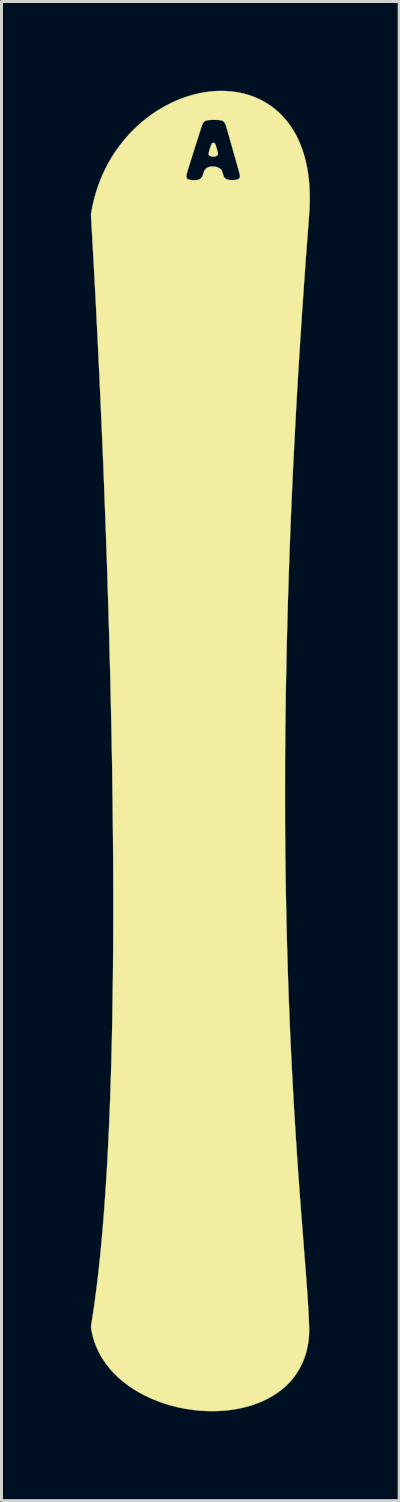
<source format=kicad_pcb>
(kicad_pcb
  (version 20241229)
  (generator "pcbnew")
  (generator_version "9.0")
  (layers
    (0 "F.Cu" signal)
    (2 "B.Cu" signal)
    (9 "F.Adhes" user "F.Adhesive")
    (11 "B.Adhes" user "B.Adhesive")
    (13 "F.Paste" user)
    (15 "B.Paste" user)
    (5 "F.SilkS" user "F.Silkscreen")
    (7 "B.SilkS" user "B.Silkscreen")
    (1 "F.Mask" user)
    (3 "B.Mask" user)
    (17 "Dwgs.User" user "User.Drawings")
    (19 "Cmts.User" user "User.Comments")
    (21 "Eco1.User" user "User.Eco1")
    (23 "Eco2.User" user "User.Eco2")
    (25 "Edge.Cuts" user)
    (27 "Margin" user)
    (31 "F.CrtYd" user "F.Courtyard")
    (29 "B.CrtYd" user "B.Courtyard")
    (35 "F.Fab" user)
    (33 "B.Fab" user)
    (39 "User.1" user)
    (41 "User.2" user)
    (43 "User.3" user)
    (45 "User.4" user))
  (footprint "ski_a"
    (layer "F.Cu")
    (at 3.681 22.178)
    (property "Reference" "ski_a" (at 0 0 0) (layer "F.SilkS") (effects (font (size 1.524 1.524) (thickness 0.3))))
    (attr through_hole)
    (fp_poly (pts (xy 0.456 -20.427) (xy 0.47 -20.423) (xy 0.482 -20.414) (xy 0.492 -20.402) (xy 0.493 -20.401) (xy 0.498 -20.39) (xy 0.505 -20.372) (xy 0.513 -20.349) (xy 0.522 -20.321) (xy 0.532 -20.29) (xy 0.542 -20.257) (xy 0.553 -20.223) (xy 0.562 -20.19) (xy 0.571 -20.158) (xy 0.579 -20.129) (xy 0.586 -20.104) (xy 0.59 -20.084) (xy 0.592 -20.07) (xy 0.593 -20.067) (xy 0.589 -20.042) (xy 0.577 -20.021) (xy 0.559 -20.002) (xy 0.535 -19.986) (xy 0.505 -19.976) (xy 0.493 -19.973) (xy 0.472 -19.971) (xy 0.446 -19.969) (xy 0.419 -19.969) (xy 0.393 -19.97) (xy 0.371 -19.973) (xy 0.361 -19.975) (xy 0.33 -19.986) (xy 0.306 -20) (xy 0.29 -20.017) (xy 0.285 -20.025) (xy 0.281 -20.04) (xy 0.28 -20.062) (xy 0.282 -20.088) (xy 0.287 -20.117) (xy 0.29 -20.132) (xy 0.295 -20.15) (xy 0.302 -20.172) (xy 0.31 -20.198) (xy 0.319 -20.227) (xy 0.329 -20.257) (xy 0.34 -20.288) (xy 0.35 -20.317) (xy 0.359 -20.345) (xy 0.368 -20.369) (xy 0.375 -20.388) (xy 0.381 -20.402) (xy 0.384 -20.409) (xy 0.397 -20.42) (xy 0.415 -20.427) (xy 0.436 -20.429) (xy 0.456 -20.427)) (stroke (width 0.01) (type solid)) (fill yes) (layer "F.SilkS"))
    (fp_poly (pts (xy 0.837 -22.171) (xy 1 -22.16) (xy 1.011 -22.159) (xy 1.168 -22.14) (xy 1.322 -22.114) (xy 1.473 -22.08) (xy 1.619 -22.038) (xy 1.761 -21.989) (xy 1.9 -21.933) (xy 2.034 -21.87) (xy 2.164 -21.8) (xy 2.289 -21.722) (xy 2.41 -21.638) (xy 2.526 -21.547) (xy 2.637 -21.45) (xy 2.743 -21.345) (xy 2.843 -21.235) (xy 2.939 -21.118) (xy 3.029 -20.995) (xy 3.114 -20.865) (xy 3.193 -20.73) (xy 3.266 -20.588) (xy 3.333 -20.441) (xy 3.335 -20.436) (xy 3.398 -20.277) (xy 3.455 -20.112) (xy 3.506 -19.942) (xy 3.549 -19.767) (xy 3.587 -19.587) (xy 3.617 -19.401) (xy 3.641 -19.211) (xy 3.659 -19.015) (xy 3.67 -18.814) (xy 3.674 -18.609) (xy 3.673 -18.476) (xy 3.673 -18.445) (xy 3.672 -18.416) (xy 3.671 -18.387) (xy 3.671 -18.359) (xy 3.67 -18.332) (xy 3.669 -18.303) (xy 3.668 -18.274) (xy 3.666 -18.243) (xy 3.664 -18.211) (xy 3.662 -18.176) (xy 3.66 -18.138) (xy 3.657 -18.096) (xy 3.654 -18.051) (xy 3.651 -18.001) (xy 3.647 -17.946) (xy 3.642 -17.885) (xy 3.637 -17.819) (xy 3.632 -17.746) (xy 3.626 -17.666) (xy 3.619 -17.579) (xy 3.613 -17.498) (xy 3.543 -16.56) (xy 3.476 -15.629) (xy 3.413 -14.706) (xy 3.353 -13.789) (xy 3.296 -12.879) (xy 3.243 -11.976) (xy 3.193 -11.079) (xy 3.147 -10.189) (xy 3.103 -9.304) (xy 3.063 -8.425) (xy 3.027 -7.551) (xy 2.994 -6.683) (xy 2.964 -5.82) (xy 2.937 -4.961) (xy 2.914 -4.107) (xy 2.894 -3.257) (xy 2.877 -2.412) (xy 2.863 -1.57) (xy 2.858 -1.162) (xy 2.856 -1.033) (xy 2.855 -0.908) (xy 2.853 -0.788) (xy 2.852 -0.672) (xy 2.851 -0.558) (xy 2.85 -0.447) (xy 2.849 -0.337) (xy 2.848 -0.229) (xy 2.847 -0.12) (xy 2.846 -0.011) (xy 2.846 0.099) (xy 2.845 0.21) (xy 2.845 0.324) (xy 2.844 0.442) (xy 2.844 0.563) (xy 2.844 0.688) (xy 2.844 0.819) (xy 2.843 0.955) (xy 2.843 1.098) (xy 2.843 1.249) (xy 2.843 1.395) (xy 2.843 1.55) (xy 2.843 1.697) (xy 2.843 1.837) (xy 2.844 1.97) (xy 2.844 2.098) (xy 2.844 2.22) (xy 2.844 2.338) (xy 2.845 2.451) (xy 2.845 2.562) (xy 2.846 2.67) (xy 2.846 2.776) (xy 2.847 2.881) (xy 2.848 2.985) (xy 2.849 3.089) (xy 2.849 3.193) (xy 2.851 3.299) (xy 2.852 3.407) (xy 2.853 3.518) (xy 2.854 3.632) (xy 2.856 3.749) (xy 2.857 3.871) (xy 2.858 3.903) (xy 2.872 4.818) (xy 2.89 5.727) (xy 2.913 6.631) (xy 2.94 7.53) (xy 2.972 8.427) (xy 3.008 9.321) (xy 3.049 10.214) (xy 3.095 11.107) (xy 3.145 12.002) (xy 3.2 12.898) (xy 3.259 13.797) (xy 3.281 14.105) (xy 3.285 14.17) (xy 3.29 14.233) (xy 3.294 14.295) (xy 3.299 14.356) (xy 3.303 14.417) (xy 3.307 14.477) (xy 3.312 14.538) (xy 3.316 14.598) (xy 3.321 14.66) (xy 3.325 14.722) (xy 3.33 14.786) (xy 3.335 14.851) (xy 3.34 14.918) (xy 3.345 14.988) (xy 3.35 15.06) (xy 3.356 15.135) (xy 3.362 15.213) (xy 3.368 15.294) (xy 3.375 15.38) (xy 3.381 15.469) (xy 3.389 15.563) (xy 3.396 15.662) (xy 3.404 15.765) (xy 3.413 15.874) (xy 3.422 15.989) (xy 3.431 16.11) (xy 3.441 16.237) (xy 3.451 16.371) (xy 3.462 16.511) (xy 3.473 16.659) (xy 3.485 16.814) (xy 3.498 16.978) (xy 3.509 17.12) (xy 3.521 17.27) (xy 3.532 17.413) (xy 3.542 17.548) (xy 3.552 17.676) (xy 3.561 17.797) (xy 3.569 17.911) (xy 3.577 18.02) (xy 3.585 18.123) (xy 3.591 18.221) (xy 3.598 18.314) (xy 3.604 18.403) (xy 3.609 18.487) (xy 3.614 18.569) (xy 3.619 18.647) (xy 3.623 18.722) (xy 3.628 18.795) (xy 3.631 18.866) (xy 3.635 18.936) (xy 3.638 19.004) (xy 3.641 19.072) (xy 3.644 19.14) (xy 3.645 19.16) (xy 3.648 19.234) (xy 3.65 19.301) (xy 3.652 19.361) (xy 3.652 19.416) (xy 3.653 19.466) (xy 3.652 19.513) (xy 3.651 19.558) (xy 3.649 19.601) (xy 3.647 19.644) (xy 3.643 19.688) (xy 3.641 19.719) (xy 3.623 19.868) (xy 3.598 20.014) (xy 3.566 20.156) (xy 3.526 20.294) (xy 3.479 20.429) (xy 3.425 20.56) (xy 3.363 20.686) (xy 3.295 20.808) (xy 3.219 20.926) (xy 3.212 20.936) (xy 3.128 21.049) (xy 3.038 21.158) (xy 2.94 21.261) (xy 2.836 21.36) (xy 2.726 21.453) (xy 2.609 21.542) (xy 2.486 21.625) (xy 2.358 21.702) (xy 2.223 21.774) (xy 2.083 21.841) (xy 1.938 21.901) (xy 1.787 21.956) (xy 1.631 22.005) (xy 1.47 22.048) (xy 1.403 22.064) (xy 1.233 22.099) (xy 1.059 22.127) (xy 0.881 22.149) (xy 0.7 22.164) (xy 0.517 22.172) (xy 0.333 22.173) (xy 0.237 22.171) (xy 0.045 22.162) (xy -0.145 22.145) (xy -0.335 22.121) (xy -0.523 22.091) (xy -0.709 22.054) (xy -0.893 22.01) (xy -1.074 21.96) (xy -1.252 21.904) (xy -1.426 21.842) (xy -1.596 21.773) (xy -1.762 21.699) (xy -1.924 21.619) (xy -2.081 21.534) (xy -2.232 21.443) (xy -2.377 21.346) (xy -2.516 21.245) (xy -2.631 21.153) (xy -2.69 21.104) (xy -2.743 21.057) (xy -2.793 21.011) (xy -2.841 20.964) (xy -2.89 20.915) (xy -2.94 20.862) (xy -2.944 20.858) (xy -3.05 20.738) (xy -3.147 20.615) (xy -3.237 20.489) (xy -3.319 20.361) (xy -3.393 20.229) (xy -3.459 20.095) (xy -3.517 19.957) (xy -3.568 19.817) (xy -3.61 19.674) (xy -3.644 19.528) (xy -3.662 19.433) (xy -3.666 19.408) (xy -3.669 19.384) (xy -3.672 19.364) (xy -3.674 19.35) (xy -3.675 19.342) (xy -3.674 19.335) (xy -3.672 19.321) (xy -3.669 19.3) (xy -3.665 19.273) (xy -3.66 19.241) (xy -3.655 19.206) (xy -3.649 19.168) (xy -3.643 19.131) (xy -3.602 18.87) (xy -3.563 18.601) (xy -3.525 18.324) (xy -3.488 18.038) (xy -3.452 17.744) (xy -3.417 17.441) (xy -3.384 17.13) (xy -3.351 16.811) (xy -3.32 16.484) (xy -3.29 16.148) (xy -3.262 15.803) (xy -3.234 15.451) (xy -3.208 15.09) (xy -3.182 14.721) (xy -3.158 14.343) (xy -3.135 13.957) (xy -3.114 13.563) (xy -3.093 13.16) (xy -3.074 12.749) (xy -3.055 12.33) (xy -3.038 11.902) (xy -3.023 11.466) (xy -3.008 11.022) (xy -2.995 10.57) (xy -2.982 10.109) (xy -2.971 9.64) (xy -2.961 9.163) (xy -2.953 8.677) (xy -2.945 8.183) (xy -2.94 7.808) (xy -2.936 7.48) (xy -2.933 7.143) (xy -2.931 6.8) (xy -2.929 6.449) (xy -2.927 6.093) (xy -2.926 5.731) (xy -2.926 5.364) (xy -2.926 4.993) (xy -2.926 4.619) (xy -2.927 4.241) (xy -2.929 3.861) (xy -2.931 3.479) (xy -2.933 3.096) (xy -2.937 2.712) (xy -2.94 2.329) (xy -2.944 1.946) (xy -2.949 1.563) (xy -2.951 1.446) (xy -2.959 0.867) (xy -2.968 0.28) (xy -2.979 -0.315) (xy -2.991 -0.917) (xy -3.004 -1.526) (xy -3.018 -2.141) (xy -3.033 -2.762) (xy -3.05 -3.389) (xy -3.067 -4.021) (xy -3.086 -4.658) (xy -3.106 -5.3) (xy -3.126 -5.946) (xy -3.148 -6.595) (xy -3.171 -7.248) (xy -3.195 -7.904) (xy -3.22 -8.562) (xy -3.245 -9.223) (xy -3.272 -9.885) (xy -3.3 -10.549) (xy -3.329 -11.214) (xy -3.359 -11.879) (xy -3.389 -12.545) (xy -3.421 -13.211) (xy -3.453 -13.876) (xy -3.486 -14.54) (xy -3.52 -15.203) (xy -3.555 -15.864) (xy -3.591 -16.524) (xy -3.628 -17.18) (xy -3.643 -17.452) (xy -3.676 -18.015) (xy -3.664 -18.087) (xy -3.645 -18.195) (xy -3.623 -18.308) (xy -3.597 -18.424) (xy -3.568 -18.542) (xy -3.537 -18.659) (xy -3.504 -18.773) (xy -3.492 -18.812) (xy -3.427 -19.005) (xy -3.356 -19.195) (xy -3.314 -19.293) (xy -0.473 -19.293) (xy -0.472 -19.272) (xy -0.467 -19.255) (xy -0.46 -19.243) (xy -0.442 -19.223) (xy -0.42 -19.208) (xy -0.393 -19.195) (xy -0.36 -19.186) (xy -0.322 -19.179) (xy -0.276 -19.176) (xy -0.224 -19.174) (xy -0.201 -19.175) (xy -0.16 -19.176) (xy -0.126 -19.179) (xy -0.1 -19.182) (xy -0.093 -19.183) (xy -0.051 -19.196) (xy -0.013 -19.215) (xy 0.02 -19.239) (xy 0.046 -19.267) (xy 0.066 -19.299) (xy 0.067 -19.3) (xy 0.073 -19.314) (xy 0.08 -19.334) (xy 0.088 -19.357) (xy 0.096 -19.382) (xy 0.099 -19.393) (xy 0.11 -19.426) (xy 0.119 -19.453) (xy 0.127 -19.475) (xy 0.136 -19.494) (xy 0.145 -19.51) (xy 0.156 -19.527) (xy 0.159 -19.531) (xy 0.186 -19.561) (xy 0.219 -19.587) (xy 0.258 -19.607) (xy 0.305 -19.622) (xy 0.33 -19.628) (xy 0.362 -19.632) (xy 0.399 -19.634) (xy 0.439 -19.633) (xy 0.479 -19.63) (xy 0.515 -19.624) (xy 0.531 -19.62) (xy 0.58 -19.604) (xy 0.623 -19.584) (xy 0.66 -19.56) (xy 0.681 -19.542) (xy 0.695 -19.527) (xy 0.708 -19.513) (xy 0.716 -19.5) (xy 0.719 -19.497) (xy 0.722 -19.487) (xy 0.728 -19.471) (xy 0.735 -19.451) (xy 0.743 -19.426) (xy 0.751 -19.401) (xy 0.752 -19.399) (xy 0.76 -19.372) (xy 0.769 -19.346) (xy 0.777 -19.323) (xy 0.784 -19.304) (xy 0.789 -19.292) (xy 0.809 -19.26) (xy 0.836 -19.232) (xy 0.87 -19.21) (xy 0.903 -19.195) (xy 0.92 -19.191) (xy 0.942 -19.187) (xy 0.97 -19.184) (xy 1.002 -19.181) (xy 1.035 -19.179) (xy 1.068 -19.177) (xy 1.091 -19.177) (xy 1.146 -19.179) (xy 1.194 -19.184) (xy 1.235 -19.193) (xy 1.268 -19.206) (xy 1.294 -19.223) (xy 1.313 -19.243) (xy 1.319 -19.253) (xy 1.325 -19.264) (xy 1.328 -19.276) (xy 1.329 -19.291) (xy 1.329 -19.308) (xy 1.329 -19.329) (xy 1.327 -19.35) (xy 1.325 -19.368) (xy 1.325 -19.37) (xy 1.323 -19.377) (xy 1.319 -19.392) (xy 1.313 -19.413) (xy 1.305 -19.442) (xy 1.296 -19.477) (xy 1.284 -19.517) (xy 1.272 -19.563) (xy 1.257 -19.613) (xy 1.242 -19.668) (xy 1.226 -19.726) (xy 1.208 -19.788) (xy 1.19 -19.853) (xy 1.171 -19.92) (xy 1.152 -19.989) (xy 1.132 -20.059) (xy 1.111 -20.13) (xy 1.091 -20.202) (xy 1.071 -20.274) (xy 1.051 -20.345) (xy 1.031 -20.415) (xy 1.011 -20.483) (xy 0.992 -20.549) (xy 0.974 -20.613) (xy 0.957 -20.674) (xy 0.94 -20.732) (xy 0.925 -20.786) (xy 0.911 -20.835) (xy 0.898 -20.879) (xy 0.887 -20.918) (xy 0.877 -20.952) (xy 0.869 -20.978) (xy 0.863 -20.998) (xy 0.859 -21.011) (xy 0.858 -21.015) (xy 0.838 -21.061) (xy 0.817 -21.1) (xy 0.794 -21.132) (xy 0.77 -21.156) (xy 0.745 -21.172) (xy 0.743 -21.173) (xy 0.721 -21.181) (xy 0.691 -21.188) (xy 0.654 -21.193) (xy 0.61 -21.197) (xy 0.561 -21.2) (xy 0.506 -21.202) (xy 0.447 -21.202) (xy 0.385 -21.201) (xy 0.344 -21.199) (xy 0.31 -21.197) (xy 0.282 -21.195) (xy 0.257 -21.192) (xy 0.236 -21.188) (xy 0.216 -21.183) (xy 0.196 -21.177) (xy 0.182 -21.172) (xy 0.166 -21.166) (xy 0.152 -21.159) (xy 0.14 -21.149) (xy 0.124 -21.135) (xy 0.12 -21.131) (xy 0.115 -21.126) (xy 0.111 -21.122) (xy 0.106 -21.118) (xy 0.102 -21.114) (xy 0.099 -21.111) (xy 0.095 -21.106) (xy 0.091 -21.101) (xy 0.087 -21.094) (xy 0.083 -21.087) (xy 0.078 -21.077) (xy 0.073 -21.065) (xy 0.067 -21.052) (xy 0.061 -21.035) (xy 0.054 -21.015) (xy 0.046 -20.993) (xy 0.037 -20.966) (xy 0.027 -20.936) (xy 0.015 -20.902) (xy 0.003 -20.863) (xy -0.011 -20.82) (xy -0.027 -20.771) (xy -0.044 -20.717) (xy -0.063 -20.658) (xy -0.084 -20.592) (xy -0.107 -20.521) (xy -0.132 -20.442) (xy -0.159 -20.357) (xy -0.188 -20.265) (xy -0.219 -20.165) (xy -0.253 -20.06) (xy -0.279 -19.976) (xy -0.303 -19.9) (xy -0.325 -19.831) (xy -0.345 -19.769) (xy -0.362 -19.713) (xy -0.378 -19.663) (xy -0.392 -19.619) (xy -0.404 -19.58) (xy -0.414 -19.545) (xy -0.424 -19.515) (xy -0.431 -19.488) (xy -0.438 -19.465) (xy -0.444 -19.445) (xy -0.449 -19.428) (xy -0.453 -19.412) (xy -0.456 -19.399) (xy -0.459 -19.386) (xy -0.462 -19.375) (xy -0.464 -19.363) (xy -0.466 -19.353) (xy -0.472 -19.32) (xy -0.473 -19.293) (xy -3.314 -19.293) (xy -3.277 -19.38) (xy -3.19 -19.562) (xy -3.097 -19.74) (xy -2.998 -19.913) (xy -2.891 -20.082) (xy -2.778 -20.246) (xy -2.659 -20.405) (xy -2.534 -20.559) (xy -2.403 -20.708) (xy -2.267 -20.851) (xy -2.124 -20.988) (xy -1.977 -21.119) (xy -1.824 -21.244) (xy -1.666 -21.362) (xy -1.503 -21.474) (xy -1.336 -21.579) (xy -1.312 -21.593) (xy -1.152 -21.682) (xy -0.991 -21.765) (xy -0.827 -21.84) (xy -0.662 -21.908) (xy -0.496 -21.968) (xy -0.329 -22.021) (xy -0.161 -22.066) (xy 0.006 -22.103) (xy 0.174 -22.132) (xy 0.341 -22.154) (xy 0.508 -22.168) (xy 0.673 -22.173) (xy 0.837 -22.171)) (stroke (width 0.01) (type solid)) (fill yes) (layer "F.SilkS")))
  (gr_rect
    (start -3 -3)
    (end 10.359 47.357)
    (stroke (width 0.1) (type default))
    (fill no)
    (layer "Edge.Cuts")))
</source>
